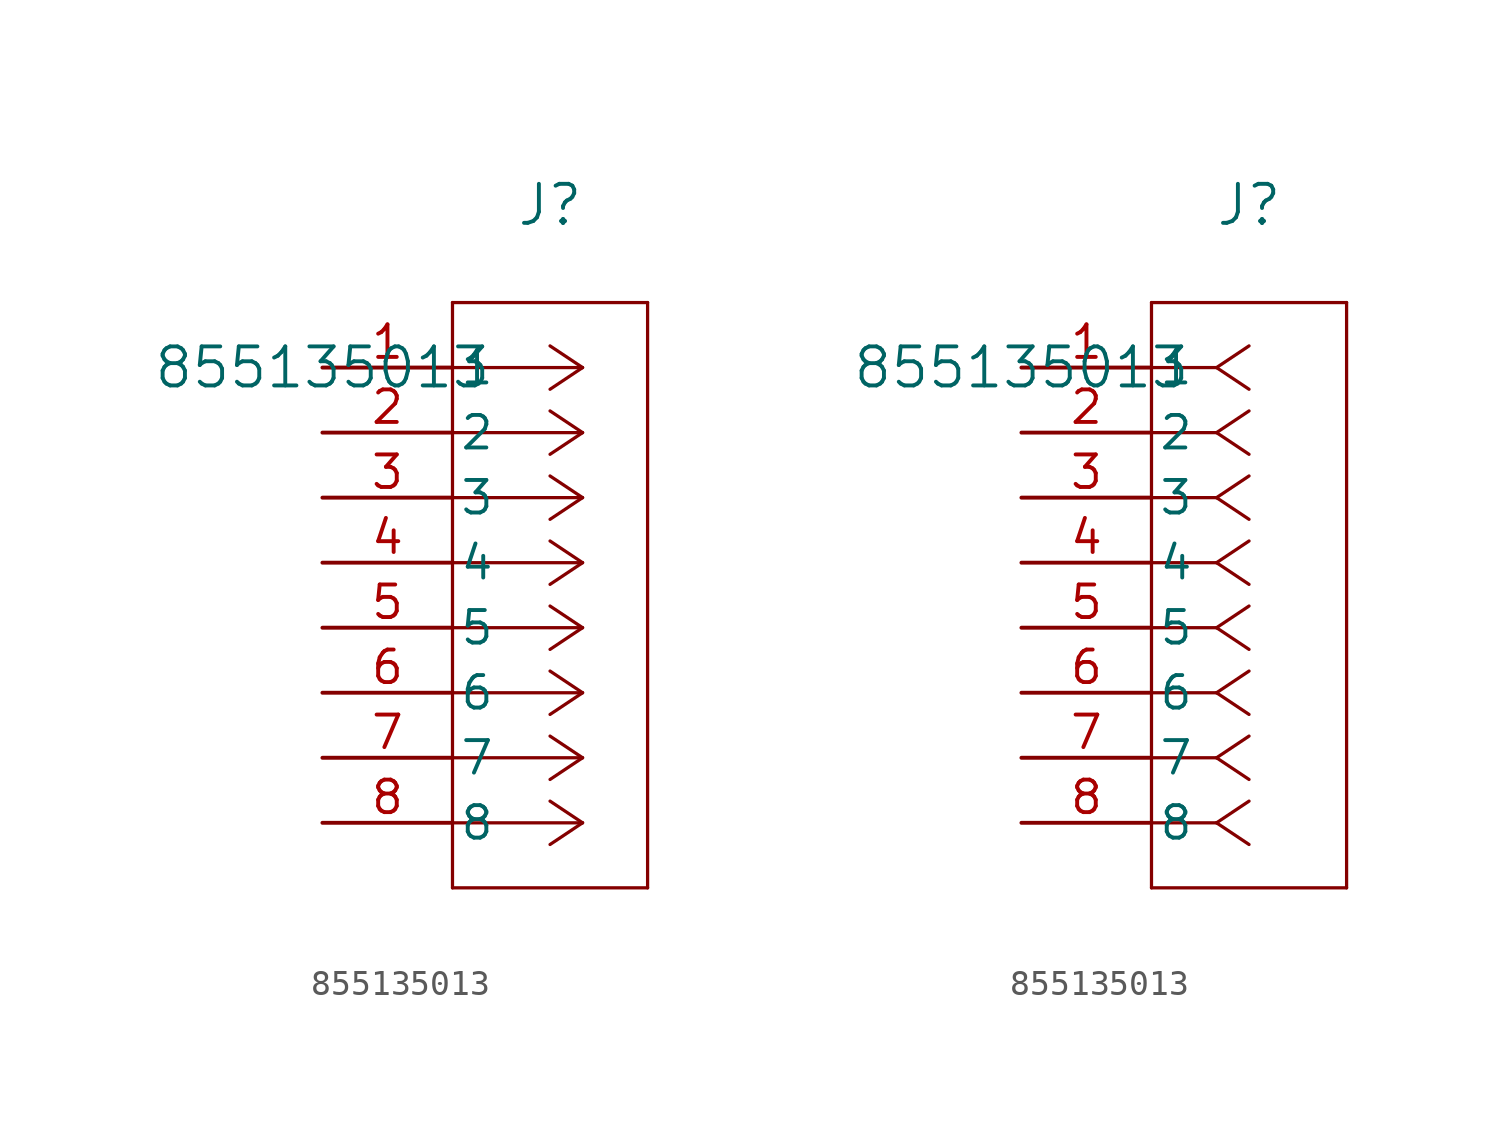
<source format=kicad_sym>
(kicad_symbol_lib
  (version 20211014)
  (generator kicad_symbol_editor)
  (symbol "855135013"
    (pin_names
      (offset 0.254))
    (property "Reference" "J"
      (at 8.89 6.35 0)
      (effects (font (size 1.524 1.524))))
    (property "Value" "855135013"
      (at 0 0 0)
      (effects (font (size 1.524 1.524))))
    (symbol "855135013_1_1"
      (polyline (pts (xy 10.16 0) (xy 5.08 0)) (stroke (width 0.127) (type default) (color 0 0 0 0)) (fill (type none)))
      (polyline (pts (xy 10.16 -2.54) (xy 5.08 -2.54)) (stroke (width 0.127) (type default) (color 0 0 0 0)) (fill (type none)))
      (polyline (pts (xy 10.16 -5.08) (xy 5.08 -5.08)) (stroke (width 0.127) (type default) (color 0 0 0 0)) (fill (type none)))
      (polyline (pts (xy 10.16 -7.62) (xy 5.08 -7.62)) (stroke (width 0.127) (type default) (color 0 0 0 0)) (fill (type none)))
      (polyline (pts (xy 10.16 -10.16) (xy 5.08 -10.16)) (stroke (width 0.127) (type default) (color 0 0 0 0)) (fill (type none)))
      (polyline (pts (xy 10.16 -12.7) (xy 5.08 -12.7)) (stroke (width 0.127) (type default) (color 0 0 0 0)) (fill (type none)))
      (polyline (pts (xy 10.16 -15.24) (xy 5.08 -15.24)) (stroke (width 0.127) (type default) (color 0 0 0 0)) (fill (type none)))
      (polyline (pts (xy 10.16 -17.78) (xy 5.08 -17.78)) (stroke (width 0.127) (type default) (color 0 0 0 0)) (fill (type none)))
      (polyline (pts (xy 10.16 0) (xy 8.89 0.847)) (stroke (width 0.127) (type default) (color 0 0 0 0)) (fill (type none)))
      (polyline (pts (xy 10.16 -2.54) (xy 8.89 -1.693)) (stroke (width 0.127) (type default) (color 0 0 0 0)) (fill (type none)))
      (polyline (pts (xy 10.16 -5.08) (xy 8.89 -4.233)) (stroke (width 0.127) (type default) (color 0 0 0 0)) (fill (type none)))
      (polyline (pts (xy 10.16 -7.62) (xy 8.89 -6.773)) (stroke (width 0.127) (type default) (color 0 0 0 0)) (fill (type none)))
      (polyline (pts (xy 10.16 -10.16) (xy 8.89 -9.313)) (stroke (width 0.127) (type default) (color 0 0 0 0)) (fill (type none)))
      (polyline (pts (xy 10.16 -12.7) (xy 8.89 -11.853)) (stroke (width 0.127) (type default) (color 0 0 0 0)) (fill (type none)))
      (polyline (pts (xy 10.16 -15.24) (xy 8.89 -14.393)) (stroke (width 0.127) (type default) (color 0 0 0 0)) (fill (type none)))
      (polyline (pts (xy 10.16 -17.78) (xy 8.89 -16.933)) (stroke (width 0.127) (type default) (color 0 0 0 0)) (fill (type none)))
      (polyline (pts (xy 10.16 0) (xy 8.89 -0.847)) (stroke (width 0.127) (type default) (color 0 0 0 0)) (fill (type none)))
      (polyline (pts (xy 10.16 -2.54) (xy 8.89 -3.387)) (stroke (width 0.127) (type default) (color 0 0 0 0)) (fill (type none)))
      (polyline (pts (xy 10.16 -5.08) (xy 8.89 -5.927)) (stroke (width 0.127) (type default) (color 0 0 0 0)) (fill (type none)))
      (polyline (pts (xy 10.16 -7.62) (xy 8.89 -8.467)) (stroke (width 0.127) (type default) (color 0 0 0 0)) (fill (type none)))
      (polyline (pts (xy 10.16 -10.16) (xy 8.89 -11.007)) (stroke (width 0.127) (type default) (color 0 0 0 0)) (fill (type none)))
      (polyline (pts (xy 10.16 -12.7) (xy 8.89 -13.547)) (stroke (width 0.127) (type default) (color 0 0 0 0)) (fill (type none)))
      (polyline (pts (xy 10.16 -15.24) (xy 8.89 -16.087)) (stroke (width 0.127) (type default) (color 0 0 0 0)) (fill (type none)))
      (polyline (pts (xy 10.16 -17.78) (xy 8.89 -18.627)) (stroke (width 0.127) (type default) (color 0 0 0 0)) (fill (type none)))
      (polyline (pts (xy 5.08 2.54) (xy 5.08 -20.32)) (stroke (width 0.127) (type default) (color 0 0 0 0)) (fill (type none)))
      (polyline (pts (xy 5.08 -20.32) (xy 12.7 -20.32)) (stroke (width 0.127) (type default) (color 0 0 0 0)) (fill (type none)))
      (polyline (pts (xy 12.7 -20.32) (xy 12.7 2.54)) (stroke (width 0.127) (type default) (color 0 0 0 0)) (fill (type none)))
      (polyline (pts (xy 12.7 2.54) (xy 5.08 2.54)) (stroke (width 0.127) (type default) (color 0 0 0 0)) (fill (type none)))
      (pin unspecified line (at 0 0 0) (length 5.08) (name "1" (effects (font (size 1.27 1.27)))) (number "1" (effects (font (size 1.27 1.27)))))
      (pin unspecified line (at 0 -2.54 0) (length 5.08) (name "2" (effects (font (size 1.27 1.27)))) (number "2" (effects (font (size 1.27 1.27)))))
      (pin unspecified line (at 0 -5.08 0) (length 5.08) (name "3" (effects (font (size 1.27 1.27)))) (number "3" (effects (font (size 1.27 1.27)))))
      (pin unspecified line (at 0 -7.62 0) (length 5.08) (name "4" (effects (font (size 1.27 1.27)))) (number "4" (effects (font (size 1.27 1.27)))))
      (pin unspecified line (at 0 -10.16 0) (length 5.08) (name "5" (effects (font (size 1.27 1.27)))) (number "5" (effects (font (size 1.27 1.27)))))
      (pin unspecified line (at 0 -12.7 0) (length 5.08) (name "6" (effects (font (size 1.27 1.27)))) (number "6" (effects (font (size 1.27 1.27)))))
      (pin unspecified line (at 0 -15.24 0) (length 5.08) (name "7" (effects (font (size 1.27 1.27)))) (number "7" (effects (font (size 1.27 1.27)))))
      (pin unspecified line (at 0 -17.78 0) (length 5.08) (name "8" (effects (font (size 1.27 1.27)))) (number "8" (effects (font (size 1.27 1.27))))))
    (symbol "855135013_1_2"
      (polyline (pts (xy 7.62 0) (xy 5.08 0)) (stroke (width 0.127) (type default) (color 0 0 0 0)) (fill (type none)))
      (polyline (pts (xy 7.62 -2.54) (xy 5.08 -2.54)) (stroke (width 0.127) (type default) (color 0 0 0 0)) (fill (type none)))
      (polyline (pts (xy 7.62 -5.08) (xy 5.08 -5.08)) (stroke (width 0.127) (type default) (color 0 0 0 0)) (fill (type none)))
      (polyline (pts (xy 7.62 -7.62) (xy 5.08 -7.62)) (stroke (width 0.127) (type default) (color 0 0 0 0)) (fill (type none)))
      (polyline (pts (xy 7.62 -10.16) (xy 5.08 -10.16)) (stroke (width 0.127) (type default) (color 0 0 0 0)) (fill (type none)))
      (polyline (pts (xy 7.62 -12.7) (xy 5.08 -12.7)) (stroke (width 0.127) (type default) (color 0 0 0 0)) (fill (type none)))
      (polyline (pts (xy 7.62 -15.24) (xy 5.08 -15.24)) (stroke (width 0.127) (type default) (color 0 0 0 0)) (fill (type none)))
      (polyline (pts (xy 7.62 -17.78) (xy 5.08 -17.78)) (stroke (width 0.127) (type default) (color 0 0 0 0)) (fill (type none)))
      (polyline (pts (xy 7.62 0) (xy 8.89 0.847)) (stroke (width 0.127) (type default) (color 0 0 0 0)) (fill (type none)))
      (polyline (pts (xy 7.62 -2.54) (xy 8.89 -1.693)) (stroke (width 0.127) (type default) (color 0 0 0 0)) (fill (type none)))
      (polyline (pts (xy 7.62 -5.08) (xy 8.89 -4.233)) (stroke (width 0.127) (type default) (color 0 0 0 0)) (fill (type none)))
      (polyline (pts (xy 7.62 -7.62) (xy 8.89 -6.773)) (stroke (width 0.127) (type default) (color 0 0 0 0)) (fill (type none)))
      (polyline (pts (xy 7.62 -10.16) (xy 8.89 -9.313)) (stroke (width 0.127) (type default) (color 0 0 0 0)) (fill (type none)))
      (polyline (pts (xy 7.62 -12.7) (xy 8.89 -11.853)) (stroke (width 0.127) (type default) (color 0 0 0 0)) (fill (type none)))
      (polyline (pts (xy 7.62 -15.24) (xy 8.89 -14.393)) (stroke (width 0.127) (type default) (color 0 0 0 0)) (fill (type none)))
      (polyline (pts (xy 7.62 -17.78) (xy 8.89 -16.933)) (stroke (width 0.127) (type default) (color 0 0 0 0)) (fill (type none)))
      (polyline (pts (xy 7.62 0) (xy 8.89 -0.847)) (stroke (width 0.127) (type default) (color 0 0 0 0)) (fill (type none)))
      (polyline (pts (xy 7.62 -2.54) (xy 8.89 -3.387)) (stroke (width 0.127) (type default) (color 0 0 0 0)) (fill (type none)))
      (polyline (pts (xy 7.62 -5.08) (xy 8.89 -5.927)) (stroke (width 0.127) (type default) (color 0 0 0 0)) (fill (type none)))
      (polyline (pts (xy 7.62 -7.62) (xy 8.89 -8.467)) (stroke (width 0.127) (type default) (color 0 0 0 0)) (fill (type none)))
      (polyline (pts (xy 7.62 -10.16) (xy 8.89 -11.007)) (stroke (width 0.127) (type default) (color 0 0 0 0)) (fill (type none)))
      (polyline (pts (xy 7.62 -12.7) (xy 8.89 -13.547)) (stroke (width 0.127) (type default) (color 0 0 0 0)) (fill (type none)))
      (polyline (pts (xy 7.62 -15.24) (xy 8.89 -16.087)) (stroke (width 0.127) (type default) (color 0 0 0 0)) (fill (type none)))
      (polyline (pts (xy 7.62 -17.78) (xy 8.89 -18.627)) (stroke (width 0.127) (type default) (color 0 0 0 0)) (fill (type none)))
      (polyline (pts (xy 5.08 2.54) (xy 5.08 -20.32)) (stroke (width 0.127) (type default) (color 0 0 0 0)) (fill (type none)))
      (polyline (pts (xy 5.08 -20.32) (xy 12.7 -20.32)) (stroke (width 0.127) (type default) (color 0 0 0 0)) (fill (type none)))
      (polyline (pts (xy 12.7 -20.32) (xy 12.7 2.54)) (stroke (width 0.127) (type default) (color 0 0 0 0)) (fill (type none)))
      (polyline (pts (xy 12.7 2.54) (xy 5.08 2.54)) (stroke (width 0.127) (type default) (color 0 0 0 0)) (fill (type none)))
      (pin unspecified line (at 0 0 0) (length 5.08) (name "1" (effects (font (size 1.27 1.27)))) (number "1" (effects (font (size 1.27 1.27)))))
      (pin unspecified line (at 0 -2.54 0) (length 5.08) (name "2" (effects (font (size 1.27 1.27)))) (number "2" (effects (font (size 1.27 1.27)))))
      (pin unspecified line (at 0 -5.08 0) (length 5.08) (name "3" (effects (font (size 1.27 1.27)))) (number "3" (effects (font (size 1.27 1.27)))))
      (pin unspecified line (at 0 -7.62 0) (length 5.08) (name "4" (effects (font (size 1.27 1.27)))) (number "4" (effects (font (size 1.27 1.27)))))
      (pin unspecified line (at 0 -10.16 0) (length 5.08) (name "5" (effects (font (size 1.27 1.27)))) (number "5" (effects (font (size 1.27 1.27)))))
      (pin unspecified line (at 0 -12.7 0) (length 5.08) (name "6" (effects (font (size 1.27 1.27)))) (number "6" (effects (font (size 1.27 1.27)))))
      (pin unspecified line (at 0 -15.24 0) (length 5.08) (name "7" (effects (font (size 1.27 1.27)))) (number "7" (effects (font (size 1.27 1.27)))))
      (pin unspecified line (at 0 -17.78 0) (length 5.08) (name "8" (effects (font (size 1.27 1.27)))) (number "8" (effects (font (size 1.27 1.27))))))))
</source>
